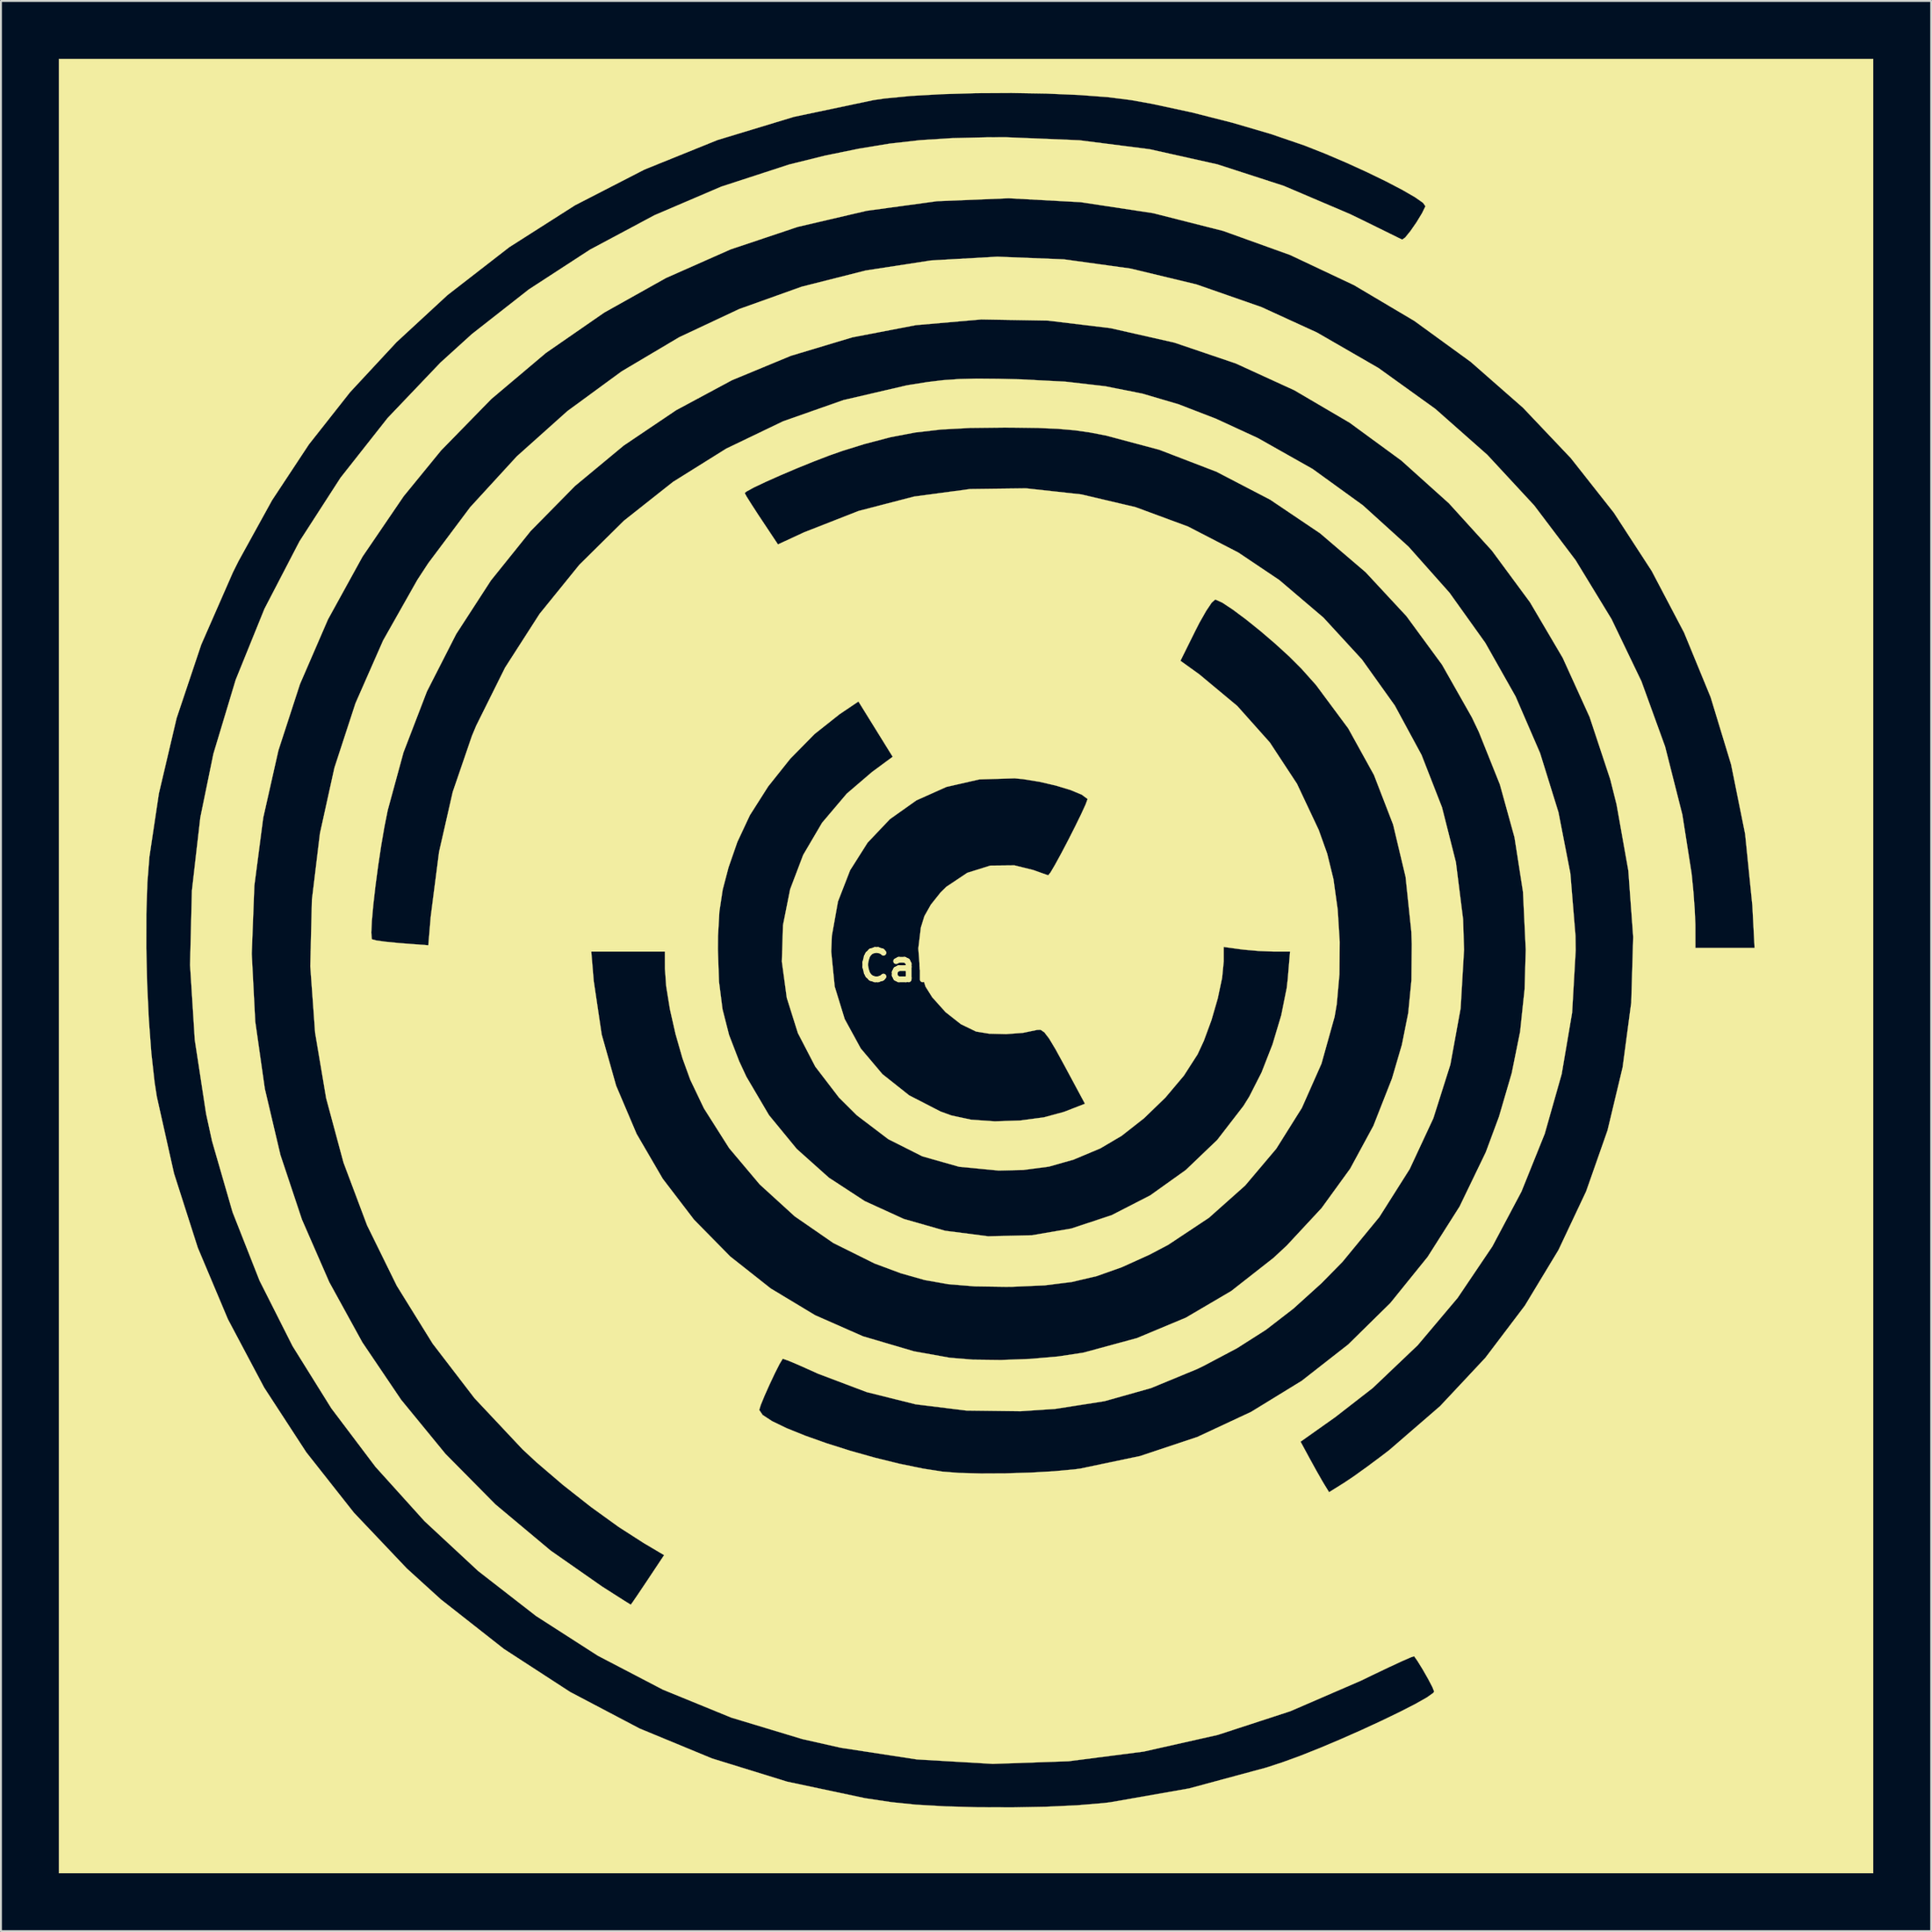
<source format=kicad_pcb>
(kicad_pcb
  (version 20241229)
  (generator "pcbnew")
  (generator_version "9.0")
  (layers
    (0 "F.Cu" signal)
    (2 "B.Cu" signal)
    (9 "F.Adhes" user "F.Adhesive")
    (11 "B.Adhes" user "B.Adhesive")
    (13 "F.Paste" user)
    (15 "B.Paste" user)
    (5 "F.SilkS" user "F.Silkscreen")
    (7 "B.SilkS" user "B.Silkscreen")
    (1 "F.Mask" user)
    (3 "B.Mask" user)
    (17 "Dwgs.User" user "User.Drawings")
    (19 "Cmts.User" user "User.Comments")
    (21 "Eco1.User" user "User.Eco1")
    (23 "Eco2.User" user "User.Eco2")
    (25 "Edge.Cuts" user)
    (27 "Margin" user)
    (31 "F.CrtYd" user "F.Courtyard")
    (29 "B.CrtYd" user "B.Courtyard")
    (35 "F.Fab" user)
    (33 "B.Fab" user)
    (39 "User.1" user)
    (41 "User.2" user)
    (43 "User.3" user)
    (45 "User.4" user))
  (footprint "Carpenter"
    (layer "F.Cu")
    (at 47.042 47.042)
    (property "Reference" "Carpenter" (at 0 0 0) (layer "F.SilkS") (effects (font (size 1.524 1.524) (thickness 0.3))))
    (attr through_hole)
    (fp_poly (pts (xy 47.037 47.037) (xy -47.037 47.037) (xy -47.037 -0.919) (xy -42.506 -0.919) (xy -42.462 0.947) (xy -42.374 2.79) (xy -42.245 4.513) (xy -42.078 6.018) (xy -41.961 6.773) (xy -41.07 10.75) (xy -39.836 14.605) (xy -38.273 18.316) (xy -36.394 21.859) (xy -34.212 25.21) (xy -31.74 28.345) (xy -28.993 31.241) (xy -27.236 32.837) (xy -23.966 35.407) (xy -20.528 37.64) (xy -16.929 39.534) (xy -13.177 41.085) (xy -9.277 42.291) (xy -5.238 43.148) (xy -3.857 43.356) (xy -2.599 43.484) (xy -1.068 43.571) (xy 0.635 43.618) (xy 2.408 43.624) (xy 4.15 43.591) (xy 5.76 43.516) (xy 7.136 43.401) (xy 7.469 43.361) (xy 11.567 42.641) (xy 15.573 41.559) (xy 16.429 41.278) (xy 17.313 40.956) (xy 18.323 40.555) (xy 19.401 40.1) (xy 20.494 39.617) (xy 21.544 39.132) (xy 22.498 38.671) (xy 23.299 38.26) (xy 23.892 37.925) (xy 24.222 37.691) (xy 24.271 37.617) (xy 24.182 37.391) (xy 23.962 36.969) (xy 23.68 36.475) (xy 23.406 36.031) (xy 23.233 35.786) (xy 23.057 35.845) (xy 22.602 36.044) (xy 21.925 36.358) (xy 21.084 36.759) (xy 20.483 37.051) (xy 16.816 38.637) (xy 13.053 39.865) (xy 9.212 40.73) (xy 5.317 41.232) (xy 1.387 41.368) (xy -2.557 41.136) (xy -6.493 40.533) (xy -8.492 40.082) (xy -12.174 38.969) (xy -15.715 37.521) (xy -19.095 35.758) (xy -22.295 33.701) (xy -25.296 31.369) (xy -28.079 28.784) (xy -30.623 25.965) (xy -32.91 22.933) (xy -34.92 19.708) (xy -36.634 16.311) (xy -38.032 12.761) (xy -39.095 9.08) (xy -39.405 7.661) (xy -39.992 3.824) (xy -40.237 -0.05) (xy -40.223 -0.64) (xy -37.039 -0.64) (xy -36.857 2.88) (xy -36.36 6.365) (xy -35.552 9.793) (xy -34.437 13.141) (xy -33.02 16.388) (xy -31.304 19.511) (xy -29.294 22.487) (xy -26.994 25.294) (xy -24.407 27.91) (xy -21.538 30.311) (xy -18.878 32.169) (xy -18.236 32.579) (xy -17.731 32.9) (xy -17.434 33.085) (xy -17.384 33.114) (xy -17.279 32.969) (xy -17.016 32.584) (xy -16.646 32.032) (xy -16.51 31.829) (xy -15.656 30.544) (xy -16.718 29.915) (xy -18.017 29.08) (xy -19.45 28.046) (xy -20.905 26.901) (xy -22.273 25.73) (xy -23.004 25.051) (xy -25.487 22.408) (xy -27.66 19.574) (xy -29.518 16.577) (xy -31.059 13.441) (xy -32.28 10.191) (xy -33.18 6.852) (xy -33.754 3.45) (xy -34.001 0.01) (xy -33.983 -0.753) (xy -19.433 -0.753) (xy -19.307 0.767) (xy -18.894 3.549) (xy -18.145 6.203) (xy -17.082 8.704) (xy -15.727 11.03) (xy -14.101 13.156) (xy -12.228 15.059) (xy -10.129 16.717) (xy -7.827 18.104) (xy -5.344 19.198) (xy -2.702 19.976) (xy -0.847 20.309) (xy 0.368 20.409) (xy 1.807 20.427) (xy 3.328 20.37) (xy 4.789 20.242) (xy 6.047 20.051) (xy 6.115 20.037) (xy 8.857 19.292) (xy 11.396 18.232) (xy 13.751 16.849) (xy 15.941 15.132) (xy 16.62 14.502) (xy 18.434 12.551) (xy 19.919 10.503) (xy 21.121 8.285) (xy 22.085 5.833) (xy 22.598 4.083) (xy 22.929 2.428) (xy 23.094 0.731) (xy 23.111 -1.143) (xy 23.09 -1.768) (xy 22.791 -4.621) (xy 22.144 -7.337) (xy 21.151 -9.908) (xy 19.816 -12.324) (xy 18.143 -14.578) (xy 17.386 -15.425) (xy 16.768 -16.043) (xy 16.04 -16.708) (xy 15.266 -17.371) (xy 14.507 -17.981) (xy 13.825 -18.489) (xy 13.283 -18.846) (xy 12.943 -19) (xy 12.914 -19.003) (xy 12.738 -18.845) (xy 12.452 -18.42) (xy 12.102 -17.804) (xy 11.903 -17.416) (xy 11.116 -15.829) (xy 12.094 -15.126) (xy 14.063 -13.486) (xy 15.751 -11.594) (xy 17.159 -9.451) (xy 18.286 -7.058) (xy 18.724 -5.833) (xy 19.05 -4.504) (xy 19.268 -2.936) (xy 19.373 -1.253) (xy 19.359 0.424) (xy 19.221 1.971) (xy 19.11 2.625) (xy 18.428 5.062) (xy 17.412 7.354) (xy 16.085 9.47) (xy 14.471 11.38) (xy 12.593 13.052) (xy 10.476 14.457) (xy 9.501 14.97) (xy 8.077 15.614) (xy 6.775 16.076) (xy 5.48 16.381) (xy 4.074 16.556) (xy 2.44 16.628) (xy 2.07 16.632) (xy 0.454 16.608) (xy -0.913 16.497) (xy -2.152 16.278) (xy -3.385 15.928) (xy -4.731 15.427) (xy -4.746 15.421) (xy -6.884 14.359) (xy -8.884 12.977) (xy -10.699 11.323) (xy -12.284 9.441) (xy -13.592 7.378) (xy -14.302 5.891) (xy -14.704 4.781) (xy -15.065 3.521) (xy -15.356 2.234) (xy -15.548 1.048) (xy -15.614 0.141) (xy -15.616 -0.753) (xy -19.433 -0.753) (xy -33.983 -0.753) (xy -33.98 -0.847) (xy -12.868 -0.847) (xy -12.811 0.813) (xy -12.628 2.242) (xy -12.289 3.573) (xy -11.764 4.938) (xy -11.391 5.739) (xy -10.218 7.732) (xy -8.779 9.483) (xy -7.111 10.974) (xy -5.249 12.19) (xy -3.229 13.112) (xy -1.086 13.725) (xy 1.145 14.012) (xy 3.427 13.957) (xy 5.456 13.61) (xy 7.551 12.916) (xy 9.549 11.891) (xy 11.392 10.576) (xy 13.024 9.015) (xy 14.386 7.25) (xy 14.683 6.773) (xy 15.323 5.515) (xy 15.892 4.059) (xy 16.343 2.552) (xy 16.627 1.14) (xy 16.68 0.675) (xy 16.8 -0.753) (xy 15.952 -0.753) (xy 15.195 -0.781) (xy 14.391 -0.852) (xy 14.231 -0.872) (xy 13.359 -0.992) (xy 13.359 -0.244) (xy 13.276 0.614) (xy 13.052 1.673) (xy 12.724 2.805) (xy 12.328 3.88) (xy 12.006 4.575) (xy 11.293 5.684) (xy 10.335 6.821) (xy 9.227 7.892) (xy 8.067 8.802) (xy 6.961 9.454) (xy 5.575 10.036) (xy 4.299 10.398) (xy 2.968 10.573) (xy 1.693 10.603) (xy -0.358 10.407) (xy -2.265 9.866) (xy -4.033 8.976) (xy -5.667 7.735) (xy -6.59 6.817) (xy -7.818 5.214) (xy -8.719 3.478) (xy -9.295 1.648) (xy -9.551 -0.233) (xy -9.535 -0.753) (xy -6.992 -0.753) (xy -6.812 1.062) (xy -6.293 2.749) (xy -5.459 4.275) (xy -4.336 5.605) (xy -2.949 6.705) (xy -1.323 7.542) (xy -0.755 7.748) (xy 0.262 7.966) (xy 1.492 8.051) (xy 2.797 8.009) (xy 4.038 7.844) (xy 5.08 7.561) (xy 5.105 7.551) (xy 6.166 7.139) (xy 5.105 5.164) (xy 4.642 4.318) (xy 4.307 3.759) (xy 4.061 3.438) (xy 3.866 3.305) (xy 3.683 3.309) (xy 3.669 3.313) (xy 2.956 3.462) (xy 2.075 3.528) (xy 1.204 3.507) (xy 0.519 3.395) (xy 0.518 3.395) (xy -0.268 3.014) (xy -1.065 2.387) (xy -1.753 1.62) (xy -2.102 1.065) (xy -2.394 0.156) (xy -2.476 -0.915) (xy -2.344 -1.996) (xy -2.16 -2.59) (xy -1.824 -3.185) (xy -1.325 -3.812) (xy -1.024 -4.109) (xy 0.064 -4.835) (xy 1.256 -5.208) (xy 2.508 -5.221) (xy 3.481 -4.981) (xy 3.948 -4.814) (xy 4.229 -4.716) (xy 4.262 -4.707) (xy 4.382 -4.858) (xy 4.623 -5.269) (xy 4.944 -5.857) (xy 5.303 -6.542) (xy 5.659 -7.245) (xy 5.971 -7.883) (xy 6.197 -8.376) (xy 6.296 -8.644) (xy 6.295 -8.667) (xy 5.999 -8.887) (xy 5.423 -9.126) (xy 4.66 -9.358) (xy 3.803 -9.556) (xy 2.945 -9.694) (xy 2.519 -9.734) (xy 0.689 -9.679) (xy -1.02 -9.288) (xy -2.577 -8.591) (xy -3.949 -7.618) (xy -5.105 -6.4) (xy -6.013 -4.966) (xy -6.642 -3.347) (xy -6.959 -1.571) (xy -6.992 -0.753) (xy -9.535 -0.753) (xy -9.492 -2.123) (xy -9.122 -3.98) (xy -8.445 -5.763) (xy -7.465 -7.431) (xy -6.186 -8.94) (xy -4.87 -10.067) (xy -3.804 -10.852) (xy -5.58 -13.718) (xy -6.556 -13.061) (xy -7.856 -12.031) (xy -9.117 -10.749) (xy -10.261 -9.313) (xy -11.209 -7.822) (xy -11.858 -6.436) (xy -12.317 -5.114) (xy -12.619 -3.964) (xy -12.791 -2.83) (xy -12.862 -1.558) (xy -12.868 -0.847) (xy -33.98 -0.847) (xy -33.959 -1.739) (xy -30.84 -1.739) (xy -30.816 -1.415) (xy -30.801 -1.387) (xy -30.58 -1.328) (xy -30.083 -1.258) (xy -29.411 -1.193) (xy -29.294 -1.184) (xy -27.883 -1.077) (xy -27.758 -2.561) (xy -27.327 -5.913) (xy -26.617 -9.029) (xy -25.622 -11.933) (xy -25.402 -12.46) (xy -23.903 -15.475) (xy -22.113 -18.263) (xy -20.051 -20.808) (xy -17.738 -23.094) (xy -15.93 -24.524) (xy -11.477 -24.524) (xy -11.38 -24.346) (xy -11.122 -23.935) (xy -10.753 -23.366) (xy -10.615 -23.159) (xy -9.754 -21.863) (xy -8.392 -22.493) (xy -5.572 -23.598) (xy -2.698 -24.344) (xy 0.204 -24.734) (xy 3.104 -24.771) (xy 5.974 -24.457) (xy 8.785 -23.796) (xy 11.509 -22.79) (xy 14.117 -21.442) (xy 16.237 -20.019) (xy 18.528 -18.07) (xy 20.53 -15.892) (xy 22.231 -13.509) (xy 23.618 -10.946) (xy 24.679 -8.228) (xy 25.4 -5.38) (xy 25.771 -2.426) (xy 25.821 -0.847) (xy 25.642 2.199) (xy 25.11 5.114) (xy 24.229 7.893) (xy 23.002 10.527) (xy 21.43 13.011) (xy 19.518 15.337) (xy 18.428 16.446) (xy 16.97 17.764) (xy 15.554 18.857) (xy 14.052 19.814) (xy 12.332 20.725) (xy 11.97 20.9) (xy 9.595 21.881) (xy 7.181 22.561) (xy 4.634 22.961) (xy 2.822 23.083) (xy 0.016 23.048) (xy -2.615 22.723) (xy -5.15 22.091) (xy -7.672 21.138) (xy -8.073 20.957) (xy -8.721 20.668) (xy -9.219 20.459) (xy -9.486 20.366) (xy -9.509 20.366) (xy -9.668 20.628) (xy -9.912 21.11) (xy -10.191 21.701) (xy -10.453 22.29) (xy -10.648 22.766) (xy -10.724 23.017) (xy -10.549 23.276) (xy -10.059 23.597) (xy -9.306 23.961) (xy -8.343 24.35) (xy -7.224 24.747) (xy -6 25.134) (xy -4.724 25.493) (xy -3.45 25.807) (xy -2.23 26.057) (xy -1.223 26.214) (xy -0.363 26.281) (xy 0.76 26.31) (xy 2.031 26.304) (xy 3.339 26.265) (xy 4.572 26.195) (xy 5.616 26.098) (xy 5.927 26.056) (xy 9.025 25.406) (xy 11.986 24.419) (xy 14.787 23.112) (xy 17.405 21.506) (xy 19.818 19.619) (xy 22.001 17.471) (xy 23.933 15.081) (xy 25.59 12.469) (xy 26.949 9.653) (xy 27.634 7.808) (xy 28.294 5.552) (xy 28.729 3.402) (xy 28.962 1.202) (xy 29.021 -0.847) (xy 28.879 -3.846) (xy 28.438 -6.674) (xy 27.681 -9.412) (xy 26.589 -12.139) (xy 26.232 -12.888) (xy 24.68 -15.627) (xy 22.834 -18.144) (xy 20.719 -20.421) (xy 18.357 -22.439) (xy 15.77 -24.182) (xy 12.983 -25.632) (xy 10.017 -26.772) (xy 7.279 -27.503) (xy 6.442 -27.666) (xy 5.633 -27.782) (xy 4.758 -27.858) (xy 3.722 -27.902) (xy 2.433 -27.92) (xy 1.976 -27.922) (xy 0.208 -27.902) (xy -1.293 -27.822) (xy -2.632 -27.668) (xy -3.916 -27.423) (xy -5.252 -27.073) (xy -6.41 -26.713) (xy -7.099 -26.471) (xy -7.912 -26.158) (xy -8.78 -25.806) (xy -9.631 -25.444) (xy -10.396 -25.103) (xy -11.004 -24.814) (xy -11.384 -24.607) (xy -11.477 -24.524) (xy -15.93 -24.524) (xy -15.192 -25.107) (xy -12.435 -26.83) (xy -9.484 -28.248) (xy -6.361 -29.346) (xy -3.084 -30.108) (xy -2.932 -30.134) (xy -2.013 -30.28) (xy -1.191 -30.38) (xy -0.366 -30.438) (xy 0.558 -30.461) (xy 1.68 -30.451) (xy 2.822 -30.423) (xy 5.15 -30.302) (xy 7.22 -30.064) (xy 9.14 -29.682) (xy 11.016 -29.13) (xy 12.955 -28.381) (xy 15.065 -27.409) (xy 15.146 -27.369) (xy 17.969 -25.776) (xy 20.575 -23.891) (xy 22.947 -21.742) (xy 25.069 -19.355) (xy 26.924 -16.758) (xy 28.494 -13.978) (xy 29.764 -11.042) (xy 30.716 -7.976) (xy 31.333 -4.809) (xy 31.599 -1.566) (xy 31.609 -0.814) (xy 31.425 2.415) (xy 30.884 5.598) (xy 30.003 8.701) (xy 28.799 11.692) (xy 27.289 14.537) (xy 25.489 17.205) (xy 23.417 19.662) (xy 21.089 21.877) (xy 19.148 23.385) (xy 17.344 24.662) (xy 17.824 25.548) (xy 18.152 26.144) (xy 18.449 26.666) (xy 18.563 26.858) (xy 18.823 27.281) (xy 19.619 26.784) (xy 20.12 26.447) (xy 20.803 25.957) (xy 21.558 25.394) (xy 21.945 25.097) (xy 24.579 22.819) (xy 26.925 20.314) (xy 28.974 17.608) (xy 30.718 14.723) (xy 32.151 11.685) (xy 33.262 8.519) (xy 34.045 5.248) (xy 34.491 1.897) (xy 34.592 -1.509) (xy 34.341 -4.947) (xy 33.728 -8.391) (xy 33.403 -9.681) (xy 32.332 -12.914) (xy 30.938 -15.981) (xy 29.242 -18.862) (xy 27.267 -21.539) (xy 25.036 -23.996) (xy 22.569 -26.213) (xy 19.89 -28.173) (xy 17.02 -29.857) (xy 13.982 -31.248) (xy 10.797 -32.328) (xy 7.489 -33.077) (xy 4.25 -33.468) (xy 0.789 -33.528) (xy -2.601 -33.233) (xy -5.899 -32.6) (xy -9.084 -31.643) (xy -12.136 -30.379) (xy -15.032 -28.823) (xy -17.751 -26.99) (xy -20.273 -24.898) (xy -22.575 -22.56) (xy -24.637 -19.994) (xy -26.438 -17.215) (xy -27.956 -14.238) (xy -29.17 -11.08) (xy -29.986 -8.09) (xy -30.158 -7.23) (xy -30.329 -6.239) (xy -30.487 -5.185) (xy -30.626 -4.139) (xy -30.737 -3.17) (xy -30.811 -2.347) (xy -30.84 -1.739) (xy -33.959 -1.739) (xy -33.918 -3.443) (xy -33.501 -6.884) (xy -32.75 -10.287) (xy -31.659 -13.628) (xy -30.228 -16.881) (xy -28.453 -20.021) (xy -27.889 -20.884) (xy -25.71 -23.794) (xy -23.295 -26.428) (xy -20.669 -28.778) (xy -17.854 -30.839) (xy -14.877 -32.605) (xy -11.76 -34.069) (xy -8.527 -35.225) (xy -5.203 -36.066) (xy -1.811 -36.588) (xy 1.623 -36.782) (xy 5.078 -36.644) (xy 8.527 -36.167) (xy 11.948 -35.344) (xy 15.316 -34.169) (xy 18.198 -32.849) (xy 21.382 -31.012) (xy 24.33 -28.893) (xy 27.026 -26.51) (xy 29.457 -23.886) (xy 31.609 -21.04) (xy 33.467 -17.993) (xy 35.018 -14.766) (xy 36.247 -11.378) (xy 37.141 -7.85) (xy 37.621 -4.796) (xy 37.712 -3.873) (xy 37.781 -2.939) (xy 37.815 -2.166) (xy 37.816 -2.023) (xy 37.818 -0.941) (xy 40.886 -0.941) (xy 40.771 -3.151) (xy 40.396 -6.851) (xy 39.669 -10.454) (xy 38.608 -13.941) (xy 37.23 -17.292) (xy 35.551 -20.488) (xy 33.588 -23.509) (xy 31.359 -26.336) (xy 28.88 -28.949) (xy 26.168 -31.328) (xy 23.241 -33.454) (xy 20.114 -35.308) (xy 16.806 -36.869) (xy 13.332 -38.118) (xy 9.711 -39.037) (xy 9.69 -39.041) (xy 5.947 -39.609) (xy 2.209 -39.812) (xy -1.5 -39.66) (xy -5.155 -39.162) (xy -8.733 -38.326) (xy -12.209 -37.161) (xy -15.559 -35.678) (xy -18.76 -33.885) (xy -21.786 -31.791) (xy -24.614 -29.405) (xy -27.22 -26.737) (xy -29.158 -24.365) (xy -31.294 -21.23) (xy -33.086 -17.974) (xy -34.539 -14.617) (xy -35.656 -11.183) (xy -36.443 -7.694) (xy -36.903 -4.172) (xy -37.039 -0.64) (xy -40.223 -0.64) (xy -40.141 -3.91) (xy -39.705 -7.703) (xy -39.026 -11.007) (xy -37.87 -14.846) (xy -36.38 -18.522) (xy -34.564 -22.02) (xy -32.432 -25.324) (xy -29.993 -28.418) (xy -27.258 -31.287) (xy -25.624 -32.77) (xy -22.672 -35.084) (xy -19.497 -37.149) (xy -16.152 -38.935) (xy -12.693 -40.415) (xy -9.174 -41.562) (xy -7.309 -42.024) (xy -5.555 -42.383) (xy -3.955 -42.646) (xy -2.39 -42.823) (xy -0.743 -42.928) (xy 1.105 -42.972) (xy 2.07 -42.975) (xy 5.884 -42.818) (xy 9.52 -42.354) (xy 13.032 -41.57) (xy 16.476 -40.454) (xy 19.909 -38.992) (xy 20.504 -38.704) (xy 21.292 -38.316) (xy 21.955 -37.99) (xy 22.42 -37.761) (xy 22.615 -37.667) (xy 22.771 -37.778) (xy 23.042 -38.112) (xy 23.356 -38.565) (xy 23.642 -39.035) (xy 23.819 -39.397) (xy 23.696 -39.574) (xy 23.278 -39.867) (xy 22.618 -40.248) (xy 21.769 -40.691) (xy 20.784 -41.169) (xy 19.717 -41.656) (xy 18.62 -42.124) (xy 17.555 -42.545) (xy 15.802 -43.145) (xy 13.809 -43.729) (xy 11.712 -44.262) (xy 9.646 -44.707) (xy 8.561 -44.903) (xy 7.35 -45.056) (xy 5.853 -45.168) (xy 4.158 -45.24) (xy 2.353 -45.271) (xy 0.524 -45.261) (xy -1.239 -45.21) (xy -2.848 -45.119) (xy -4.217 -44.987) (xy -4.798 -44.903) (xy -8.927 -44.033) (xy -12.889 -42.831) (xy -16.676 -41.3) (xy -20.278 -39.447) (xy -23.686 -37.275) (xy -26.891 -34.789) (xy -29.53 -32.352) (xy -31.943 -29.753) (xy -34.075 -27.048) (xy -35.984 -24.156) (xy -37.726 -20.996) (xy -38.016 -20.414) (xy -39.658 -16.666) (xy -40.935 -12.854) (xy -41.854 -8.948) (xy -42.345 -5.67) (xy -42.451 -4.325) (xy -42.504 -2.709) (xy -42.506 -0.919) (xy -47.037 -0.919) (xy -47.037 -47.037) (xy 47.037 -47.037) (xy 47.037 47.037)) (stroke (width 0.01) (type solid)) (fill yes) (layer "F.SilkS")))
  (gr_rect
    (start -3 -3)
    (end 97.084 97.084)
    (stroke (width 0.1) (type default))
    (fill no)
    (layer "Edge.Cuts")))
</source>
